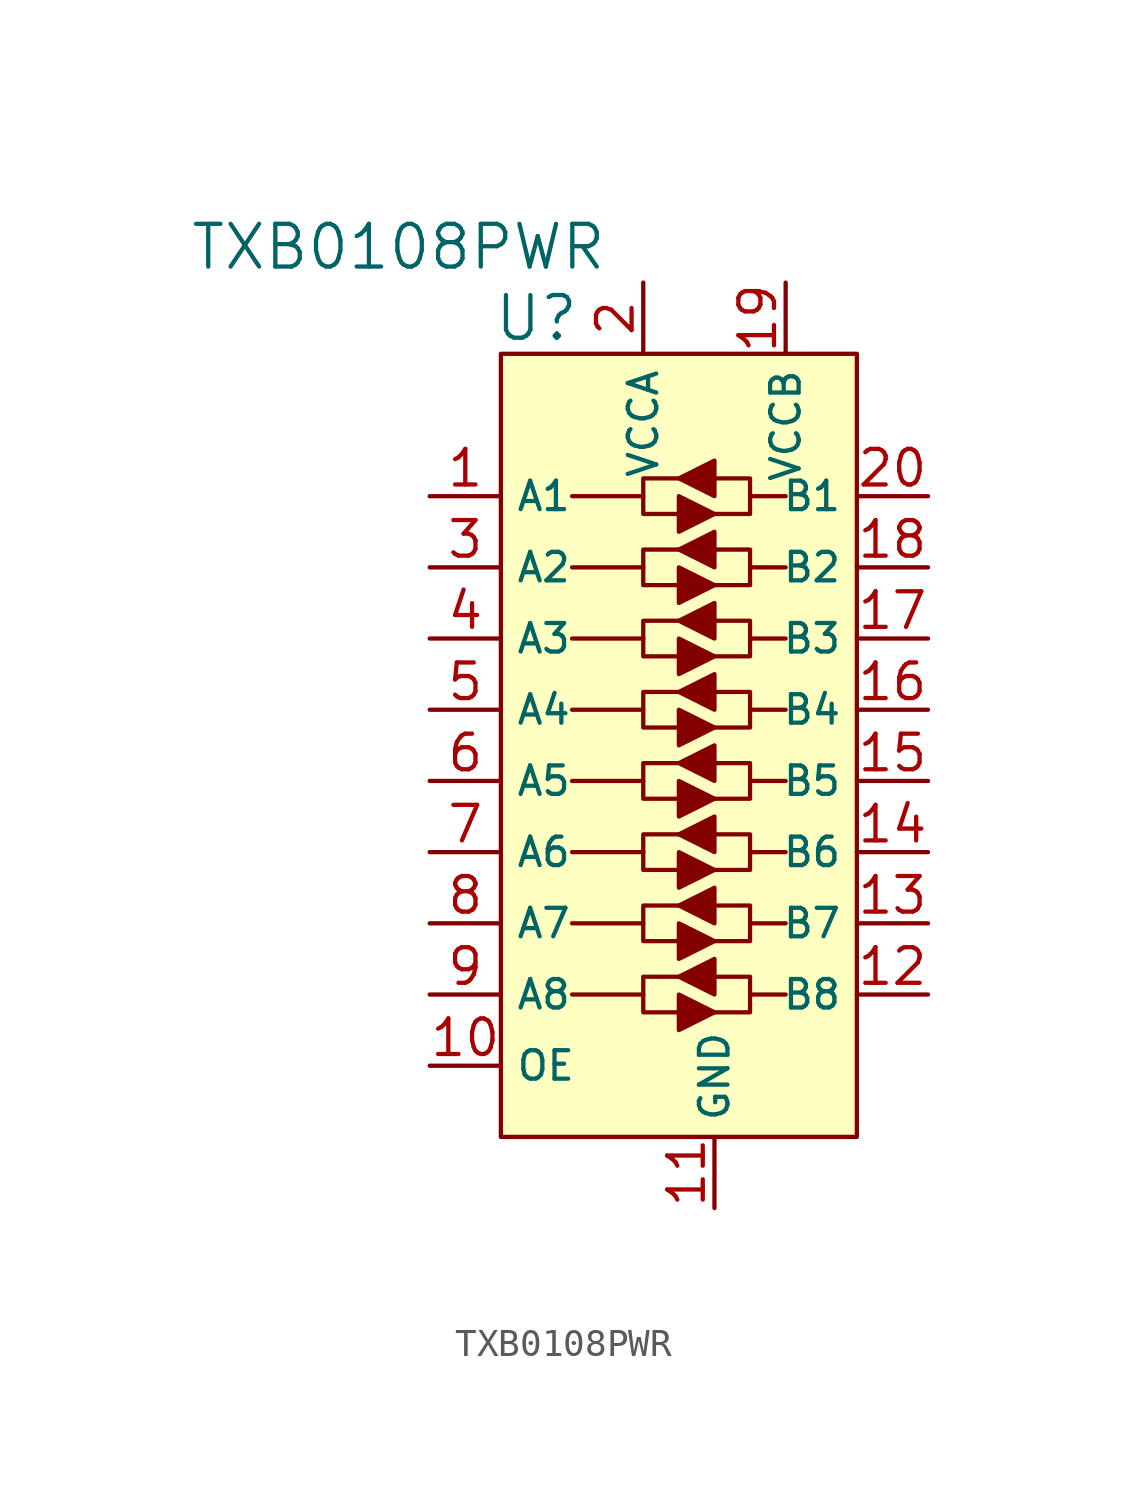
<source format=kicad_sym>
(kicad_symbol_lib
  (version 20211014)
  (generator kicad_symbol_editor)
  (symbol "TXB0108PWR"
    (property "Reference" "U"
      (at -6.35 13.97 0)
      (effects (font (size 1.524 1.524))))
    (property "Value" "TXB0108PWR"
      (at -3.81 16.51 0)
      (effects (font (size 1.524 1.524)) (justify right)))
    (symbol "TXB0108PWR_0_1"
      (rectangle (start -7.62 12.7) (end 5.08 -15.24) (stroke (width 0) (type default) (color 0 0 0 0)) (fill (type background)))
      (polyline (pts (xy -5.08 -10.16) (xy -2.54 -10.16)) (stroke (width 0) (type default) (color 0 0 0 0)) (fill (type none)))
      (polyline (pts (xy -5.08 -5.08) (xy -2.54 -5.08)) (stroke (width 0) (type default) (color 0 0 0 0)) (fill (type none)))
      (polyline (pts (xy -5.08 0) (xy -2.54 0)) (stroke (width 0) (type default) (color 0 0 0 0)) (fill (type none)))
      (polyline (pts (xy -5.08 7.62) (xy -2.54 7.62)) (stroke (width 0) (type default) (color 0 0 0 0)) (fill (type none)))
      (polyline (pts (xy -2.54 -7.62) (xy -5.08 -7.62)) (stroke (width 0) (type default) (color 0 0 0 0)) (fill (type none)))
      (polyline (pts (xy -2.54 -2.54) (xy -5.08 -2.54)) (stroke (width 0) (type default) (color 0 0 0 0)) (fill (type none)))
      (polyline (pts (xy -2.54 2.54) (xy -5.08 2.54)) (stroke (width 0) (type default) (color 0 0 0 0)) (fill (type none)))
      (polyline (pts (xy -2.54 5.08) (xy -5.08 5.08)) (stroke (width 0) (type default) (color 0 0 0 0)) (fill (type none)))
      (polyline (pts (xy 1.27 -10.16) (xy 2.54 -10.16)) (stroke (width 0) (type default) (color 0 0 0 0)) (fill (type none)))
      (polyline (pts (xy 1.27 -5.08) (xy 2.54 -5.08)) (stroke (width 0) (type default) (color 0 0 0 0)) (fill (type none)))
      (polyline (pts (xy 1.27 0) (xy 2.54 0)) (stroke (width 0) (type default) (color 0 0 0 0)) (fill (type none)))
      (polyline (pts (xy 1.27 7.62) (xy 2.54 7.62)) (stroke (width 0) (type default) (color 0 0 0 0)) (fill (type none)))
      (polyline (pts (xy 2.54 -7.62) (xy 1.27 -7.62)) (stroke (width 0) (type default) (color 0 0 0 0)) (fill (type none)))
      (polyline (pts (xy 2.54 -2.54) (xy 1.27 -2.54)) (stroke (width 0) (type default) (color 0 0 0 0)) (fill (type none)))
      (polyline (pts (xy 2.54 2.54) (xy 1.27 2.54)) (stroke (width 0) (type default) (color 0 0 0 0)) (fill (type none)))
      (polyline (pts (xy 2.54 5.08) (xy 1.27 5.08)) (stroke (width 0) (type default) (color 0 0 0 0)) (fill (type none)))
      (polyline (pts (xy -1.27 -10.16) (xy -1.27 -11.43) (xy 0 -10.795) (xy -1.27 -10.16)) (stroke (width 0) (type default) (color 0 0 0 0)) (fill (type outline)))
      (polyline (pts (xy -1.27 -9.525) (xy -2.54 -9.525) (xy -2.54 -10.795) (xy -1.27 -10.795)) (stroke (width 0) (type default) (color 0 0 0 0)) (fill (type none)))
      (polyline (pts (xy -1.27 -9.525) (xy 0 -10.16) (xy 0 -8.89) (xy -1.27 -9.525)) (stroke (width 0) (type default) (color 0 0 0 0)) (fill (type outline)))
      (polyline (pts (xy -1.27 -7.62) (xy -1.27 -8.89) (xy 0 -8.255) (xy -1.27 -7.62)) (stroke (width 0) (type default) (color 0 0 0 0)) (fill (type outline)))
      (polyline (pts (xy -1.27 -6.985) (xy -2.54 -6.985) (xy -2.54 -8.255) (xy -1.27 -8.255)) (stroke (width 0) (type default) (color 0 0 0 0)) (fill (type none)))
      (polyline (pts (xy -1.27 -6.985) (xy 0 -7.62) (xy 0 -6.35) (xy -1.27 -6.985)) (stroke (width 0) (type default) (color 0 0 0 0)) (fill (type outline)))
      (polyline (pts (xy -1.27 -5.08) (xy -1.27 -6.35) (xy 0 -5.715) (xy -1.27 -5.08)) (stroke (width 0) (type default) (color 0 0 0 0)) (fill (type outline)))
      (polyline (pts (xy -1.27 -4.445) (xy -2.54 -4.445) (xy -2.54 -5.715) (xy -1.27 -5.715)) (stroke (width 0) (type default) (color 0 0 0 0)) (fill (type none)))
      (polyline (pts (xy -1.27 -4.445) (xy 0 -5.08) (xy 0 -3.81) (xy -1.27 -4.445)) (stroke (width 0) (type default) (color 0 0 0 0)) (fill (type outline)))
      (polyline (pts (xy -1.27 -2.54) (xy -1.27 -3.81) (xy 0 -3.175) (xy -1.27 -2.54)) (stroke (width 0) (type default) (color 0 0 0 0)) (fill (type outline)))
      (polyline (pts (xy -1.27 -1.905) (xy -2.54 -1.905) (xy -2.54 -3.175) (xy -1.27 -3.175)) (stroke (width 0) (type default) (color 0 0 0 0)) (fill (type none)))
      (polyline (pts (xy -1.27 -1.905) (xy 0 -2.54) (xy 0 -1.27) (xy -1.27 -1.905)) (stroke (width 0) (type default) (color 0 0 0 0)) (fill (type outline)))
      (polyline (pts (xy -1.27 0) (xy -1.27 -1.27) (xy 0 -0.635) (xy -1.27 0)) (stroke (width 0) (type default) (color 0 0 0 0)) (fill (type outline)))
      (polyline (pts (xy -1.27 0.635) (xy -2.54 0.635) (xy -2.54 -0.635) (xy -1.27 -0.635)) (stroke (width 0) (type default) (color 0 0 0 0)) (fill (type none)))
      (polyline (pts (xy -1.27 0.635) (xy 0 0) (xy 0 1.27) (xy -1.27 0.635)) (stroke (width 0) (type default) (color 0 0 0 0)) (fill (type outline)))
      (polyline (pts (xy -1.27 2.54) (xy -1.27 1.27) (xy 0 1.905) (xy -1.27 2.54)) (stroke (width 0) (type default) (color 0 0 0 0)) (fill (type outline)))
      (polyline (pts (xy -1.27 3.175) (xy -2.54 3.175) (xy -2.54 1.905) (xy -1.27 1.905)) (stroke (width 0) (type default) (color 0 0 0 0)) (fill (type none)))
      (polyline (pts (xy -1.27 3.175) (xy 0 2.54) (xy 0 3.81) (xy -1.27 3.175)) (stroke (width 0) (type default) (color 0 0 0 0)) (fill (type outline)))
      (polyline (pts (xy -1.27 5.08) (xy -1.27 3.81) (xy 0 4.445) (xy -1.27 5.08)) (stroke (width 0) (type default) (color 0 0 0 0)) (fill (type outline)))
      (polyline (pts (xy -1.27 5.715) (xy -2.54 5.715) (xy -2.54 4.445) (xy -1.27 4.445)) (stroke (width 0) (type default) (color 0 0 0 0)) (fill (type none)))
      (polyline (pts (xy -1.27 5.715) (xy 0 5.08) (xy 0 6.35) (xy -1.27 5.715)) (stroke (width 0) (type default) (color 0 0 0 0)) (fill (type outline)))
      (polyline (pts (xy -1.27 7.62) (xy -1.27 6.35) (xy 0 6.985) (xy -1.27 7.62)) (stroke (width 0) (type default) (color 0 0 0 0)) (fill (type outline)))
      (polyline (pts (xy -1.27 8.255) (xy -2.54 8.255) (xy -2.54 6.985) (xy -1.27 6.985)) (stroke (width 0) (type default) (color 0 0 0 0)) (fill (type none)))
      (polyline (pts (xy -1.27 8.255) (xy 0 7.62) (xy 0 8.89) (xy -1.27 8.255)) (stroke (width 0) (type default) (color 0 0 0 0)) (fill (type outline)))
      (polyline (pts (xy 0 -9.525) (xy 1.27 -9.525) (xy 1.27 -10.795) (xy 0 -10.795)) (stroke (width 0) (type default) (color 0 0 0 0)) (fill (type none)))
      (polyline (pts (xy 0 -6.985) (xy 1.27 -6.985) (xy 1.27 -8.255) (xy 0 -8.255)) (stroke (width 0) (type default) (color 0 0 0 0)) (fill (type none)))
      (polyline (pts (xy 0 -4.445) (xy 1.27 -4.445) (xy 1.27 -5.715) (xy 0 -5.715)) (stroke (width 0) (type default) (color 0 0 0 0)) (fill (type none)))
      (polyline (pts (xy 0 -1.905) (xy 1.27 -1.905) (xy 1.27 -3.175) (xy 0 -3.175)) (stroke (width 0) (type default) (color 0 0 0 0)) (fill (type none)))
      (polyline (pts (xy 0 0.635) (xy 1.27 0.635) (xy 1.27 -0.635) (xy 0 -0.635)) (stroke (width 0) (type default) (color 0 0 0 0)) (fill (type none)))
      (polyline (pts (xy 0 3.175) (xy 1.27 3.175) (xy 1.27 1.905) (xy 0 1.905)) (stroke (width 0) (type default) (color 0 0 0 0)) (fill (type none)))
      (polyline (pts (xy 0 5.715) (xy 1.27 5.715) (xy 1.27 4.445) (xy 0 4.445)) (stroke (width 0) (type default) (color 0 0 0 0)) (fill (type none)))
      (polyline (pts (xy 0 8.255) (xy 1.27 8.255) (xy 1.27 6.985) (xy 0 6.985)) (stroke (width 0) (type default) (color 0 0 0 0)) (fill (type none))))
    (symbol "TXB0108PWR_1_1"
      (pin bidirectional line (at -10.16 7.62 0) (length 2.54) (name "A1" (effects (font (size 1.016 1.016)))) (number "1" (effects (font (size 1.27 1.27)))))
      (pin input line (at -10.16 -12.7 0) (length 2.54) (name "OE" (effects (font (size 1.016 1.016)))) (number "10" (effects (font (size 1.27 1.27)))))
      (pin power_in line (at 0 -17.78 90) (length 2.54) (name "GND" (effects (font (size 1.016 1.016)))) (number "11" (effects (font (size 1.27 1.27)))))
      (pin bidirectional line (at 7.62 -10.16 180) (length 2.54) (name "B8" (effects (font (size 1.016 1.016)))) (number "12" (effects (font (size 1.27 1.27)))))
      (pin bidirectional line (at 7.62 -7.62 180) (length 2.54) (name "B7" (effects (font (size 1.016 1.016)))) (number "13" (effects (font (size 1.27 1.27)))))
      (pin bidirectional line (at 7.62 -5.08 180) (length 2.54) (name "B6" (effects (font (size 1.016 1.016)))) (number "14" (effects (font (size 1.27 1.27)))))
      (pin bidirectional line (at 7.62 -2.54 180) (length 2.54) (name "B5" (effects (font (size 1.016 1.016)))) (number "15" (effects (font (size 1.27 1.27)))))
      (pin bidirectional line (at 7.62 0 180) (length 2.54) (name "B4" (effects (font (size 1.016 1.016)))) (number "16" (effects (font (size 1.27 1.27)))))
      (pin bidirectional line (at 7.62 2.54 180) (length 2.54) (name "B3" (effects (font (size 1.016 1.016)))) (number "17" (effects (font (size 1.27 1.27)))))
      (pin bidirectional line (at 7.62 5.08 180) (length 2.54) (name "B2" (effects (font (size 1.016 1.016)))) (number "18" (effects (font (size 1.27 1.27)))))
      (pin power_in line (at 2.54 15.24 270) (length 2.54) (name "VCCB" (effects (font (size 1.016 1.016)))) (number "19" (effects (font (size 1.27 1.27)))))
      (pin power_in line (at -2.54 15.24 270) (length 2.54) (name "VCCA" (effects (font (size 1.016 1.016)))) (number "2" (effects (font (size 1.27 1.27)))))
      (pin bidirectional line (at 7.62 7.62 180) (length 2.54) (name "B1" (effects (font (size 1.016 1.016)))) (number "20" (effects (font (size 1.27 1.27)))))
      (pin bidirectional line (at -10.16 5.08 0) (length 2.54) (name "A2" (effects (font (size 1.016 1.016)))) (number "3" (effects (font (size 1.27 1.27)))))
      (pin bidirectional line (at -10.16 2.54 0) (length 2.54) (name "A3" (effects (font (size 1.016 1.016)))) (number "4" (effects (font (size 1.27 1.27)))))
      (pin bidirectional line (at -10.16 0 0) (length 2.54) (name "A4" (effects (font (size 1.016 1.016)))) (number "5" (effects (font (size 1.27 1.27)))))
      (pin bidirectional line (at -10.16 -2.54 0) (length 2.54) (name "A5" (effects (font (size 1.016 1.016)))) (number "6" (effects (font (size 1.27 1.27)))))
      (pin bidirectional line (at -10.16 -5.08 0) (length 2.54) (name "A6" (effects (font (size 1.016 1.016)))) (number "7" (effects (font (size 1.27 1.27)))))
      (pin bidirectional line (at -10.16 -7.62 0) (length 2.54) (name "A7" (effects (font (size 1.016 1.016)))) (number "8" (effects (font (size 1.27 1.27)))))
      (pin bidirectional line (at -10.16 -10.16 0) (length 2.54) (name "A8" (effects (font (size 1.016 1.016)))) (number "9" (effects (font (size 1.27 1.27))))))))
</source>
